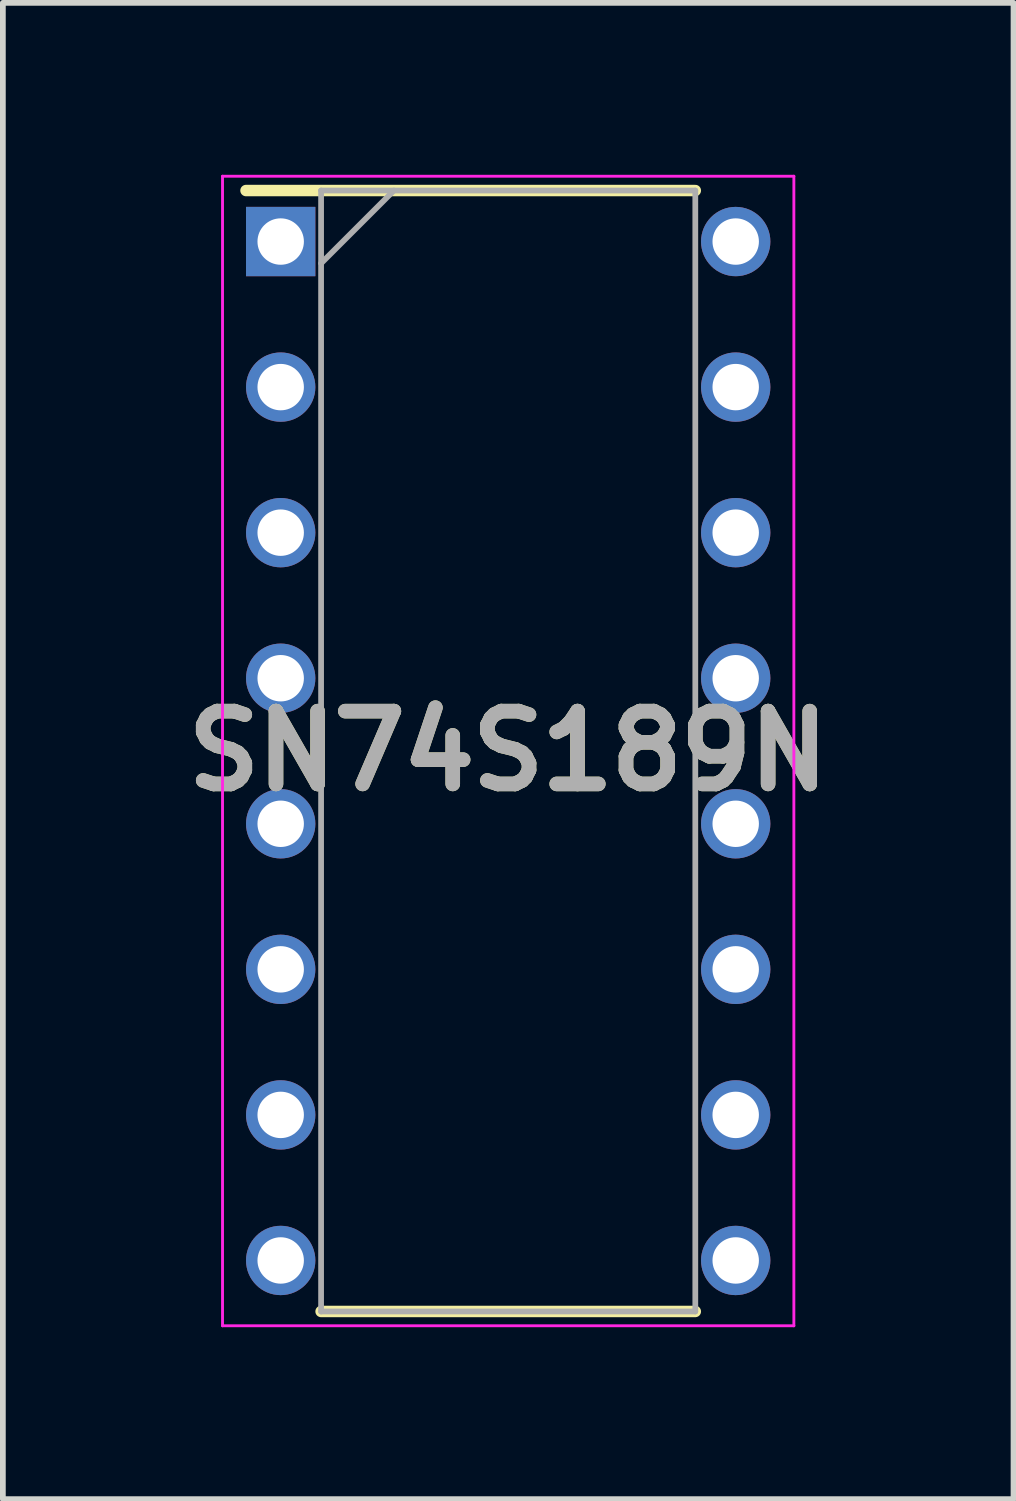
<source format=kicad_pcb>
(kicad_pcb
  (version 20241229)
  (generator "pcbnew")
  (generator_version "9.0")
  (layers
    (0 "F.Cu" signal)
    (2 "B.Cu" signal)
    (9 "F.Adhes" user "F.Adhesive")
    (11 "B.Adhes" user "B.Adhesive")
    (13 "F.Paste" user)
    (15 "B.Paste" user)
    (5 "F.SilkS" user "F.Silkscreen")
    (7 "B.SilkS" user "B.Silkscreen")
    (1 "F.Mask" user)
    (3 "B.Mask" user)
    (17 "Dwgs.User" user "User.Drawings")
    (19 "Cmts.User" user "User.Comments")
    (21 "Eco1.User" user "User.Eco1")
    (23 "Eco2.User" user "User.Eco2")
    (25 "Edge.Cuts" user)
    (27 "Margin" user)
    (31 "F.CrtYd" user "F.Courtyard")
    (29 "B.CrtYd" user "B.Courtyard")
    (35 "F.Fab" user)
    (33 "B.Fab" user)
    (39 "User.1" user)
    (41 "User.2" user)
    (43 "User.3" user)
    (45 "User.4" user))
  (footprint "SN74S189N"
    (layer "F.Cu")
    (at 5.818 10.055)
    (property "Reference" "SN74S189N" (at 0 0 0) (layer "F.SilkS") (effects (font (size 1.27 1.27) (thickness 0.254))))
    (attr through_hole)
    (fp_line (start -4.575 -9.78) (end 3.265 -9.78) (stroke (width 0.2) (type solid)) (layer "F.SilkS"))
    (fp_line (start -3.265 9.78) (end 3.265 9.78) (stroke (width 0.2) (type solid)) (layer "F.SilkS"))
    (fp_line (start -4.985 -10.03) (end 4.985 -10.03) (stroke (width 0.05) (type solid)) (layer "F.CrtYd"))
    (fp_line (start -4.985 10.03) (end -4.985 -10.03) (stroke (width 0.05) (type solid)) (layer "F.CrtYd"))
    (fp_line (start 4.985 -10.03) (end 4.985 10.03) (stroke (width 0.05) (type solid)) (layer "F.CrtYd"))
    (fp_line (start 4.985 10.03) (end -4.985 10.03) (stroke (width 0.05) (type solid)) (layer "F.CrtYd"))
    (fp_line (start -3.265 -9.78) (end 3.265 -9.78) (stroke (width 0.1) (type solid)) (layer "F.Fab"))
    (fp_line (start -3.265 -8.51) (end -1.995 -9.78) (stroke (width 0.1) (type solid)) (layer "F.Fab"))
    (fp_line (start -3.265 9.78) (end -3.265 -9.78) (stroke (width 0.1) (type solid)) (layer "F.Fab"))
    (fp_line (start 3.265 -9.78) (end 3.265 9.78) (stroke (width 0.1) (type solid)) (layer "F.Fab"))
    (fp_line (start 3.265 9.78) (end -3.265 9.78) (stroke (width 0.1) (type solid)) (layer "F.Fab"))
    (fp_text user "${REFERENCE}" (at 0 0 0) (layer "F.Fab") (effects (font (size 1.27 1.27) (thickness 0.254))))
    (pad "1" thru_hole rect (at -3.97 -8.89) (size 1.21 1.21) (drill 0.81) (layers "*.Cu" "*.Mask"))
    (pad "2" thru_hole circle (at -3.97 -6.35) (size 1.21 1.21) (drill 0.81) (layers "*.Cu" "*.Mask"))
    (pad "3" thru_hole circle (at -3.97 -3.81) (size 1.21 1.21) (drill 0.81) (layers "*.Cu" "*.Mask"))
    (pad "4" thru_hole circle (at -3.97 -1.27) (size 1.21 1.21) (drill 0.81) (layers "*.Cu" "*.Mask"))
    (pad "5" thru_hole circle (at -3.97 1.27) (size 1.21 1.21) (drill 0.81) (layers "*.Cu" "*.Mask"))
    (pad "6" thru_hole circle (at -3.97 3.81) (size 1.21 1.21) (drill 0.81) (layers "*.Cu" "*.Mask"))
    (pad "7" thru_hole circle (at -3.97 6.35) (size 1.21 1.21) (drill 0.81) (layers "*.Cu" "*.Mask"))
    (pad "8" thru_hole circle (at -3.97 8.89) (size 1.21 1.21) (drill 0.81) (layers "*.Cu" "*.Mask"))
    (pad "9" thru_hole circle (at 3.97 8.89) (size 1.21 1.21) (drill 0.81) (layers "*.Cu" "*.Mask"))
    (pad "10" thru_hole circle (at 3.97 6.35) (size 1.21 1.21) (drill 0.81) (layers "*.Cu" "*.Mask"))
    (pad "11" thru_hole circle (at 3.97 3.81) (size 1.21 1.21) (drill 0.81) (layers "*.Cu" "*.Mask"))
    (pad "12" thru_hole circle (at 3.97 1.27) (size 1.21 1.21) (drill 0.81) (layers "*.Cu" "*.Mask"))
    (pad "13" thru_hole circle (at 3.97 -1.27) (size 1.21 1.21) (drill 0.81) (layers "*.Cu" "*.Mask"))
    (pad "14" thru_hole circle (at 3.97 -3.81) (size 1.21 1.21) (drill 0.81) (layers "*.Cu" "*.Mask"))
    (pad "15" thru_hole circle (at 3.97 -6.35) (size 1.21 1.21) (drill 0.81) (layers "*.Cu" "*.Mask"))
    (pad "16" thru_hole circle (at 3.97 -8.89) (size 1.21 1.21) (drill 0.81) (layers "*.Cu" "*.Mask")))
  (gr_rect
    (start -3 -3)
    (end 14.636 23.11)
    (stroke (width 0.1) (type default))
    (fill no)
    (layer "Edge.Cuts")))
</source>
